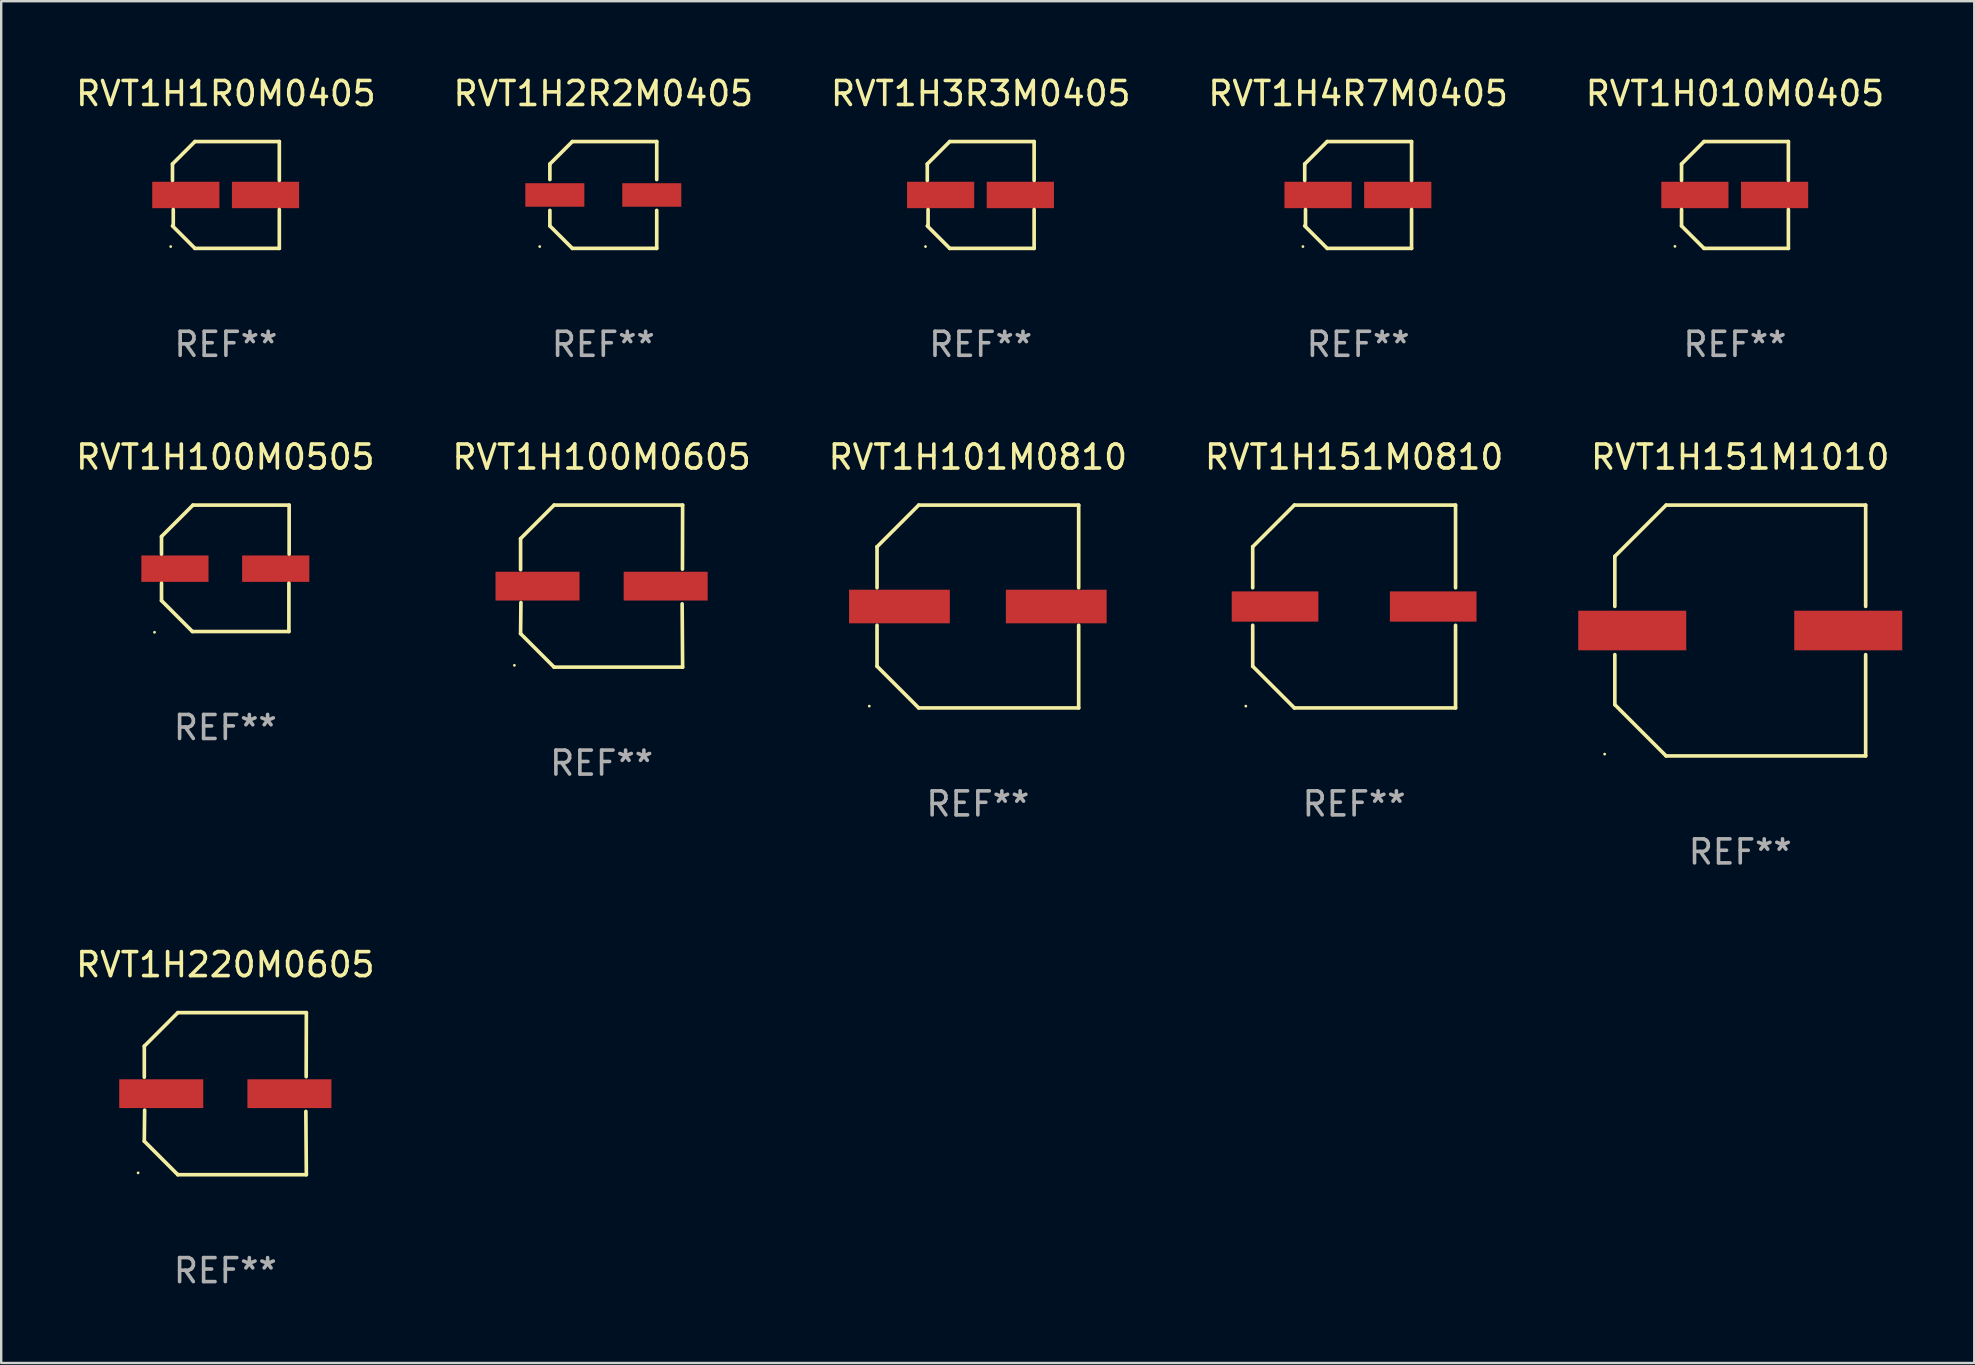
<source format=kicad_pcb>
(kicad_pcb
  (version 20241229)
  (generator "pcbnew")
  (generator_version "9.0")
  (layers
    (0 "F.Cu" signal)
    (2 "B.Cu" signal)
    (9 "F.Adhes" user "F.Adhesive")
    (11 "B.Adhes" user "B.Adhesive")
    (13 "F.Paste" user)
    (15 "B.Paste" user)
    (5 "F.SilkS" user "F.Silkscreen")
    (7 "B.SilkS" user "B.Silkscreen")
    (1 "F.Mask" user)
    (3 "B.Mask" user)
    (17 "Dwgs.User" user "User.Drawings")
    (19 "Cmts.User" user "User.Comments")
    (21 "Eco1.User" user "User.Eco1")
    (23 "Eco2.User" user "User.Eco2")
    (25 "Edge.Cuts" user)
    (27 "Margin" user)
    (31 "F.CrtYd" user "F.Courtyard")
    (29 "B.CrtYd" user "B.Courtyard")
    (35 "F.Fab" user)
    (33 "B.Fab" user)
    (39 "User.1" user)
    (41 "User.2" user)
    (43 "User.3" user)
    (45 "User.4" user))
  (footprint "RVT1H100M0605"
    (layer "F.Cu")
    (at 22.018 21.373)
    (property "Reference" "RVT1H100M0605" (at 0 -5.376 0) (layer "F.SilkS") (effects (font (size 1 1) (thickness 0.15))))
    (attr through_hole)
    (fp_line (start -3.376 -1.98) (end -3.376 -0.686) (stroke (width 0.152) (type solid)) (layer "F.SilkS"))
    (fp_line (start -3.376 1.981) (end -3.362 0.686) (stroke (width 0.152) (type solid)) (layer "F.SilkS"))
    (fp_line (start -1.981 3.376) (end -3.376 1.981) (stroke (width 0.152) (type solid)) (layer "F.SilkS"))
    (fp_line (start -1.98 -3.376) (end -3.376 -1.98) (stroke (width 0.152) (type solid)) (layer "F.SilkS"))
    (fp_line (start 3.356 0.74) (end 3.376 3.376) (stroke (width 0.152) (type solid)) (layer "F.SilkS"))
    (fp_line (start 3.369 -0.707) (end 3.376 -3.376) (stroke (width 0.152) (type solid)) (layer "F.SilkS"))
    (fp_line (start 3.376 3.376) (end -1.981 3.376) (stroke (width 0.152) (type solid)) (layer "F.SilkS"))
    (fp_line (start 3.376 -3.376) (end -1.98 -3.376) (stroke (width 0.152) (type solid)) (layer "F.SilkS"))
    (fp_circle (center -3.634 3.3) (end -3.604 3.3) (stroke (width 0.06) (type solid)) (fill no) (layer "F.SilkS"))
    (fp_text user "REF**" (at 0 7.376 0) (layer "F.Fab") (effects (font (size 1 1) (thickness 0.15))))
    (pad "1" smd rect (at -2.67 0.000254) (size 3.5 1.2) (layers "F.Cu" "F.Mask" "F.Paste"))
    (pad "2" smd rect (at 2.67 0.000254) (size 3.5 1.2) (layers "F.Cu" "F.Mask" "F.Paste")))
  (footprint "RVT1H101M0810"
    (layer "F.Cu")
    (at 37.696 22.223)
    (property "Reference" "RVT1H101M0810" (at 0 -6.226 0) (layer "F.SilkS") (effects (font (size 1 1) (thickness 0.15))))
    (attr through_hole)
    (fp_line (start -4.201 -2.49) (end -4.201 -0.782) (stroke (width 0.152) (type solid)) (layer "F.SilkS"))
    (fp_line (start -4.201 2.49) (end -4.201 0.782) (stroke (width 0.152) (type solid)) (layer "F.SilkS"))
    (fp_line (start -2.465 -4.226) (end -4.201 -2.49) (stroke (width 0.152) (type solid)) (layer "F.SilkS"))
    (fp_line (start -2.465 4.226) (end -4.201 2.49) (stroke (width 0.152) (type solid)) (layer "F.SilkS"))
    (fp_line (start 4.201 -4.226) (end -2.465 -4.226) (stroke (width 0.152) (type solid)) (layer "F.SilkS"))
    (fp_line (start 4.201 -0.782) (end 4.201 -4.226) (stroke (width 0.152) (type solid)) (layer "F.SilkS"))
    (fp_line (start 4.201 0.782) (end 4.201 4.226) (stroke (width 0.152) (type solid)) (layer "F.SilkS"))
    (fp_line (start 4.201 4.226) (end -2.465 4.226) (stroke (width 0.152) (type solid)) (layer "F.SilkS"))
    (fp_circle (center -4.524 4.15) (end -4.494 4.15) (stroke (width 0.06) (type solid)) (fill no) (layer "F.SilkS"))
    (fp_text user "REF**" (at 0 8.226 0) (layer "F.Fab") (effects (font (size 1 1) (thickness 0.15))))
    (pad "1" smd rect (at -3.267 0) (size 4.2 1.4) (layers "F.Cu" "F.Mask" "F.Paste"))
    (pad "2" smd rect (at 3.267 0) (size 4.2 1.4) (layers "F.Cu" "F.Mask" "F.Paste")))
  (footprint "RVT1H1R0M0405"
    (layer "F.Cu")
    (at 6.363 5.074)
    (property "Reference" "RVT1H1R0M0405" (at 0 -4.226 0) (layer "F.SilkS") (effects (font (size 1 1) (thickness 0.15))))
    (attr through_hole)
    (fp_line (start -2.226 -1.29) (end -2.226 -0.607) (stroke (width 0.152) (type solid)) (layer "F.SilkS"))
    (fp_line (start -2.193 1.29) (end -2.193 0.607) (stroke (width 0.152) (type solid)) (layer "F.SilkS"))
    (fp_line (start -1.29 2.226) (end -2.226 1.29) (stroke (width 0.152) (type solid)) (layer "F.SilkS"))
    (fp_line (start -1.29 -2.226) (end -2.226 -1.29) (stroke (width 0.152) (type solid)) (layer "F.SilkS"))
    (fp_line (start 2.226 -2.226) (end -1.29 -2.226) (stroke (width 0.152) (type solid)) (layer "F.SilkS"))
    (fp_line (start 2.226 -0.607) (end 2.226 -2.226) (stroke (width 0.152) (type solid)) (layer "F.SilkS"))
    (fp_line (start 2.226 0.607) (end 2.226 2.226) (stroke (width 0.152) (type solid)) (layer "F.SilkS"))
    (fp_line (start 2.226 2.226) (end -1.29 2.226) (stroke (width 0.152) (type solid)) (layer "F.SilkS"))
    (fp_circle (center -2.3 2.15) (end -2.27 2.15) (stroke (width 0.06) (type solid)) (fill no) (layer "F.SilkS"))
    (fp_text user "REF**" (at 0 6.226 0) (layer "F.Fab") (effects (font (size 1 1) (thickness 0.15))))
    (pad "1" smd rect (at -1.67 -0.000025) (size 2.8 1.1) (layers "F.Cu" "F.Mask" "F.Paste"))
    (pad "2" smd rect (at 1.651 -0.000025) (size 2.8 1.1) (layers "F.Cu" "F.Mask" "F.Paste")))
  (footprint "RVT1H151M1010"
    (layer "F.Cu")
    (at 69.464 23.223)
    (property "Reference" "RVT1H151M1010" (at 0 -7.226 0) (layer "F.SilkS") (effects (font (size 1 1) (thickness 0.15))))
    (attr through_hole)
    (fp_line (start -5.226 -3.09) (end -5.226 -1.005) (stroke (width 0.152) (type solid)) (layer "F.SilkS"))
    (fp_line (start -5.226 1.005) (end -5.226 3.09) (stroke (width 0.152) (type solid)) (layer "F.SilkS"))
    (fp_line (start -3.09 -5.226) (end -5.226 -3.09) (stroke (width 0.152) (type solid)) (layer "F.SilkS"))
    (fp_line (start -3.09 5.226) (end -5.226 3.09) (stroke (width 0.152) (type solid)) (layer "F.SilkS"))
    (fp_line (start 5.226 -5.226) (end -3.09 -5.226) (stroke (width 0.152) (type solid)) (layer "F.SilkS"))
    (fp_line (start 5.226 -1.005) (end 5.226 -5.226) (stroke (width 0.152) (type solid)) (layer "F.SilkS"))
    (fp_line (start 5.226 5.226) (end -3.09 5.226) (stroke (width 0.152) (type solid)) (layer "F.SilkS"))
    (fp_line (start 5.226 5.226) (end 5.226 1.005) (stroke (width 0.152) (type solid)) (layer "F.SilkS"))
    (fp_circle (center -5.65 5.15) (end -5.62 5.15) (stroke (width 0.06) (type solid)) (fill no) (layer "F.SilkS"))
    (fp_text user "REF**" (at 0 9.226 0) (layer "F.Fab") (effects (font (size 1 1) (thickness 0.15))))
    (pad "1" smd rect (at -4.5 0) (size 4.5 1.65) (layers "F.Cu" "F.Mask" "F.Paste"))
    (pad "2" smd rect (at 4.5 0) (size 4.5 1.65) (layers "F.Cu" "F.Mask" "F.Paste")))
  (footprint "RVT1H100M0505"
    (layer "F.Cu")
    (at 6.339 20.631)
    (property "Reference" "RVT1H100M0505" (at 0 -4.634 0) (layer "F.SilkS") (effects (font (size 1 1) (thickness 0.15))))
    (attr through_hole)
    (fp_line (start -2.659 -1.326) (end -2.659 -0.592) (stroke (width 0.152) (type solid)) (layer "F.SilkS"))
    (fp_line (start -2.659 1.346) (end -2.659 0.622) (stroke (width 0.152) (type solid)) (layer "F.SilkS"))
    (fp_line (start -1.372 2.634) (end -2.659 1.346) (stroke (width 0.152) (type solid)) (layer "F.SilkS"))
    (fp_line (start -1.349 -2.634) (end -2.659 -1.326) (stroke (width 0.152) (type solid)) (layer "F.SilkS"))
    (fp_line (start 2.649 0.622) (end 2.649 2.634) (stroke (width 0.152) (type solid)) (layer "F.SilkS"))
    (fp_line (start 2.649 2.634) (end -1.372 2.634) (stroke (width 0.152) (type solid)) (layer "F.SilkS"))
    (fp_line (start 2.659 -2.634) (end -1.349 -2.634) (stroke (width 0.152) (type solid)) (layer "F.SilkS"))
    (fp_line (start 2.659 -0.592) (end 2.659 -2.634) (stroke (width 0.152) (type solid)) (layer "F.SilkS"))
    (fp_circle (center -2.95 2.665) (end -2.92 2.665) (stroke (width 0.06) (type solid)) (fill no) (layer "F.SilkS"))
    (fp_text user "REF**" (at 0 6.634 0) (layer "F.Fab") (effects (font (size 1 1) (thickness 0.15))))
    (pad "1" smd rect (at -2.1 0.015) (size 2.8 1.1) (layers "F.Cu" "F.Mask" "F.Paste"))
    (pad "2" smd rect (at 2.1 0.015) (size 2.8 1.1) (layers "F.Cu" "F.Mask" "F.Paste")))
  (footprint "RVT1H151M0810"
    (layer "F.Cu")
    (at 53.375 22.223)
    (property "Reference" "RVT1H151M0810" (at 0 -6.226 0) (layer "F.SilkS") (effects (font (size 1 1) (thickness 0.15))))
    (attr through_hole)
    (fp_line (start -4.226 -2.49) (end -4.226 -0.782) (stroke (width 0.152) (type solid)) (layer "F.SilkS"))
    (fp_line (start -4.226 2.49) (end -4.226 0.782) (stroke (width 0.152) (type solid)) (layer "F.SilkS"))
    (fp_line (start -2.49 -4.226) (end -4.226 -2.49) (stroke (width 0.152) (type solid)) (layer "F.SilkS"))
    (fp_line (start -2.49 4.226) (end -4.226 2.49) (stroke (width 0.152) (type solid)) (layer "F.SilkS"))
    (fp_line (start 4.226 -4.226) (end -2.49 -4.226) (stroke (width 0.152) (type solid)) (layer "F.SilkS"))
    (fp_line (start 4.226 -0.782) (end 4.226 -4.226) (stroke (width 0.152) (type solid)) (layer "F.SilkS"))
    (fp_line (start 4.226 0.782) (end 4.226 4.226) (stroke (width 0.152) (type solid)) (layer "F.SilkS"))
    (fp_line (start 4.226 4.226) (end -2.49 4.226) (stroke (width 0.152) (type solid)) (layer "F.SilkS"))
    (fp_circle (center -4.513 4.15) (end -4.483 4.15) (stroke (width 0.06) (type solid)) (fill no) (layer "F.SilkS"))
    (fp_text user "REF**" (at 0 8.226 0) (layer "F.Fab") (effects (font (size 1 1) (thickness 0.15))))
    (pad "1" smd rect (at -3.295 -0.000076 180) (size 3.61 1.26) (layers "F.Cu" "F.Mask" "F.Paste"))
    (pad "2" smd rect (at 3.295 -0.000076 180) (size 3.61 1.26) (layers "F.Cu" "F.Mask" "F.Paste")))
  (footprint "RVT1H220M0605"
    (layer "F.Cu")
    (at 6.339 42.522)
    (property "Reference" "RVT1H220M0605" (at 0 -5.376 0) (layer "F.SilkS") (effects (font (size 1 1) (thickness 0.15))))
    (attr through_hole)
    (fp_line (start -3.376 -1.98) (end -3.376 -0.686) (stroke (width 0.152) (type solid)) (layer "F.SilkS"))
    (fp_line (start -3.376 1.981) (end -3.362 0.686) (stroke (width 0.152) (type solid)) (layer "F.SilkS"))
    (fp_line (start -1.981 3.376) (end -3.376 1.981) (stroke (width 0.152) (type solid)) (layer "F.SilkS"))
    (fp_line (start -1.98 -3.376) (end -3.376 -1.98) (stroke (width 0.152) (type solid)) (layer "F.SilkS"))
    (fp_line (start 3.356 0.74) (end 3.376 3.376) (stroke (width 0.152) (type solid)) (layer "F.SilkS"))
    (fp_line (start 3.369 -0.707) (end 3.376 -3.376) (stroke (width 0.152) (type solid)) (layer "F.SilkS"))
    (fp_line (start 3.376 3.376) (end -1.981 3.376) (stroke (width 0.152) (type solid)) (layer "F.SilkS"))
    (fp_line (start 3.376 -3.376) (end -1.98 -3.376) (stroke (width 0.152) (type solid)) (layer "F.SilkS"))
    (fp_circle (center -3.634 3.3) (end -3.604 3.3) (stroke (width 0.06) (type solid)) (fill no) (layer "F.SilkS"))
    (fp_text user "REF**" (at 0 7.376 0) (layer "F.Fab") (effects (font (size 1 1) (thickness 0.15))))
    (pad "1" smd rect (at -2.67 0.000254) (size 3.5 1.2) (layers "F.Cu" "F.Mask" "F.Paste"))
    (pad "2" smd rect (at 2.67 0.000254) (size 3.5 1.2) (layers "F.Cu" "F.Mask" "F.Paste")))
  (footprint "RVT1H4R7M0405"
    (layer "F.Cu")
    (at 53.542 5.074)
    (property "Reference" "RVT1H4R7M0405" (at 0 -4.226 0) (layer "F.SilkS") (effects (font (size 1 1) (thickness 0.15))))
    (attr through_hole)
    (fp_line (start -2.226 -1.29) (end -2.226 -0.607) (stroke (width 0.152) (type solid)) (layer "F.SilkS"))
    (fp_line (start -2.193 1.29) (end -2.193 0.607) (stroke (width 0.152) (type solid)) (layer "F.SilkS"))
    (fp_line (start -1.29 2.226) (end -2.226 1.29) (stroke (width 0.152) (type solid)) (layer "F.SilkS"))
    (fp_line (start -1.29 -2.226) (end -2.226 -1.29) (stroke (width 0.152) (type solid)) (layer "F.SilkS"))
    (fp_line (start 2.226 -2.226) (end -1.29 -2.226) (stroke (width 0.152) (type solid)) (layer "F.SilkS"))
    (fp_line (start 2.226 -0.607) (end 2.226 -2.226) (stroke (width 0.152) (type solid)) (layer "F.SilkS"))
    (fp_line (start 2.226 0.607) (end 2.226 2.226) (stroke (width 0.152) (type solid)) (layer "F.SilkS"))
    (fp_line (start 2.226 2.226) (end -1.29 2.226) (stroke (width 0.152) (type solid)) (layer "F.SilkS"))
    (fp_circle (center -2.3 2.15) (end -2.27 2.15) (stroke (width 0.06) (type solid)) (fill no) (layer "F.SilkS"))
    (fp_text user "REF**" (at 0 6.226 0) (layer "F.Fab") (effects (font (size 1 1) (thickness 0.15))))
    (pad "1" smd rect (at -1.67 -0.000025) (size 2.8 1.1) (layers "F.Cu" "F.Mask" "F.Paste"))
    (pad "2" smd rect (at 1.651 -0.000025) (size 2.8 1.1) (layers "F.Cu" "F.Mask" "F.Paste")))
  (footprint "RVT1H3R3M0405"
    (layer "F.Cu")
    (at 37.815 5.074)
    (property "Reference" "RVT1H3R3M0405" (at 0 -4.226 0) (layer "F.SilkS") (effects (font (size 1 1) (thickness 0.15))))
    (attr through_hole)
    (fp_line (start -2.226 -1.29) (end -2.226 -0.607) (stroke (width 0.152) (type solid)) (layer "F.SilkS"))
    (fp_line (start -2.193 1.29) (end -2.193 0.607) (stroke (width 0.152) (type solid)) (layer "F.SilkS"))
    (fp_line (start -1.29 2.226) (end -2.226 1.29) (stroke (width 0.152) (type solid)) (layer "F.SilkS"))
    (fp_line (start -1.29 -2.226) (end -2.226 -1.29) (stroke (width 0.152) (type solid)) (layer "F.SilkS"))
    (fp_line (start 2.226 -2.226) (end -1.29 -2.226) (stroke (width 0.152) (type solid)) (layer "F.SilkS"))
    (fp_line (start 2.226 -0.607) (end 2.226 -2.226) (stroke (width 0.152) (type solid)) (layer "F.SilkS"))
    (fp_line (start 2.226 0.607) (end 2.226 2.226) (stroke (width 0.152) (type solid)) (layer "F.SilkS"))
    (fp_line (start 2.226 2.226) (end -1.29 2.226) (stroke (width 0.152) (type solid)) (layer "F.SilkS"))
    (fp_circle (center -2.3 2.15) (end -2.27 2.15) (stroke (width 0.06) (type solid)) (fill no) (layer "F.SilkS"))
    (fp_text user "REF**" (at 0 6.226 0) (layer "F.Fab") (effects (font (size 1 1) (thickness 0.15))))
    (pad "1" smd rect (at -1.67 -0.000025) (size 2.8 1.1) (layers "F.Cu" "F.Mask" "F.Paste"))
    (pad "2" smd rect (at 1.651 -0.000025) (size 2.8 1.1) (layers "F.Cu" "F.Mask" "F.Paste")))
  (footprint "RVT1H010M0405"
    (layer "F.Cu")
    (at 69.244 5.074)
    (property "Reference" "RVT1H010M0405" (at 0 -4.226 0) (layer "F.SilkS") (effects (font (size 1 1) (thickness 0.15))))
    (attr through_hole)
    (fp_line (start -2.226 -1.29) (end -2.226 -0.607) (stroke (width 0.152) (type solid)) (layer "F.SilkS"))
    (fp_line (start -2.226 1.29) (end -2.226 0.607) (stroke (width 0.152) (type solid)) (layer "F.SilkS"))
    (fp_line (start -1.29 -2.226) (end -2.226 -1.29) (stroke (width 0.152) (type solid)) (layer "F.SilkS"))
    (fp_line (start -1.29 2.226) (end -2.226 1.29) (stroke (width 0.152) (type solid)) (layer "F.SilkS"))
    (fp_line (start 2.226 -2.226) (end -1.29 -2.226) (stroke (width 0.152) (type solid)) (layer "F.SilkS"))
    (fp_line (start 2.226 -0.607) (end 2.226 -2.226) (stroke (width 0.152) (type solid)) (layer "F.SilkS"))
    (fp_line (start 2.226 0.607) (end 2.226 2.226) (stroke (width 0.152) (type solid)) (layer "F.SilkS"))
    (fp_line (start 2.226 2.226) (end -1.29 2.226) (stroke (width 0.152) (type solid)) (layer "F.SilkS"))
    (fp_circle (center -2.501 2.141) (end -2.471 2.141) (stroke (width 0.06) (type solid)) (fill no) (layer "F.SilkS"))
    (fp_text user "REF**" (at 0 6.226 0) (layer "F.Fab") (effects (font (size 1 1) (thickness 0.15))))
    (pad "1" smd rect (at -1.67 -0.000025) (size 2.8 1.1) (layers "F.Cu" "F.Mask" "F.Paste"))
    (pad "2" smd rect (at 1.651 -0.000025) (size 2.8 1.1) (layers "F.Cu" "F.Mask" "F.Paste")))
  (footprint "RVT1H2R2M0405"
    (layer "F.Cu")
    (at 22.089 5.074)
    (property "Reference" "RVT1H2R2M0405" (at 0 -4.226 0) (layer "F.SilkS") (effects (font (size 1 1) (thickness 0.15))))
    (attr through_hole)
    (fp_line (start -2.226 -1.29) (end -1.29 -2.226) (stroke (width 0.152) (type solid)) (layer "F.SilkS"))
    (fp_line (start -2.226 -0.642) (end -2.226 -1.29) (stroke (width 0.152) (type solid)) (layer "F.SilkS"))
    (fp_line (start -2.226 0.642) (end -2.226 1.29) (stroke (width 0.152) (type solid)) (layer "F.SilkS"))
    (fp_line (start -2.226 1.29) (end -1.29 2.226) (stroke (width 0.152) (type solid)) (layer "F.SilkS"))
    (fp_line (start -1.29 -2.226) (end 2.226 -2.226) (stroke (width 0.152) (type solid)) (layer "F.SilkS"))
    (fp_line (start -1.29 2.226) (end 2.226 2.226) (stroke (width 0.152) (type solid)) (layer "F.SilkS"))
    (fp_line (start 2.226 -2.226) (end 2.226 -0.642) (stroke (width 0.152) (type solid)) (layer "F.SilkS"))
    (fp_line (start 2.226 2.226) (end 2.226 0.642) (stroke (width 0.152) (type solid)) (layer "F.SilkS"))
    (fp_circle (center -2.65 2.15) (end -2.62 2.15) (stroke (width 0.06) (type solid)) (fill no) (layer "F.SilkS"))
    (fp_text user "REF**" (at 0 6.226 0) (layer "F.Fab") (effects (font (size 1 1) (thickness 0.15))))
    (pad "1" smd rect (at -2.02 -0.000013) (size 2.46 0.98) (layers "F.Cu" "F.Mask" "F.Paste"))
    (pad "2" smd rect (at 2.02 -0.000013) (size 2.46 0.98) (layers "F.Cu" "F.Mask" "F.Paste")))
  (gr_rect
    (start -3 -3)
    (end 79.214 53.746)
    (stroke (width 0.1) (type default))
    (fill no)
    (layer "Edge.Cuts")))
</source>
